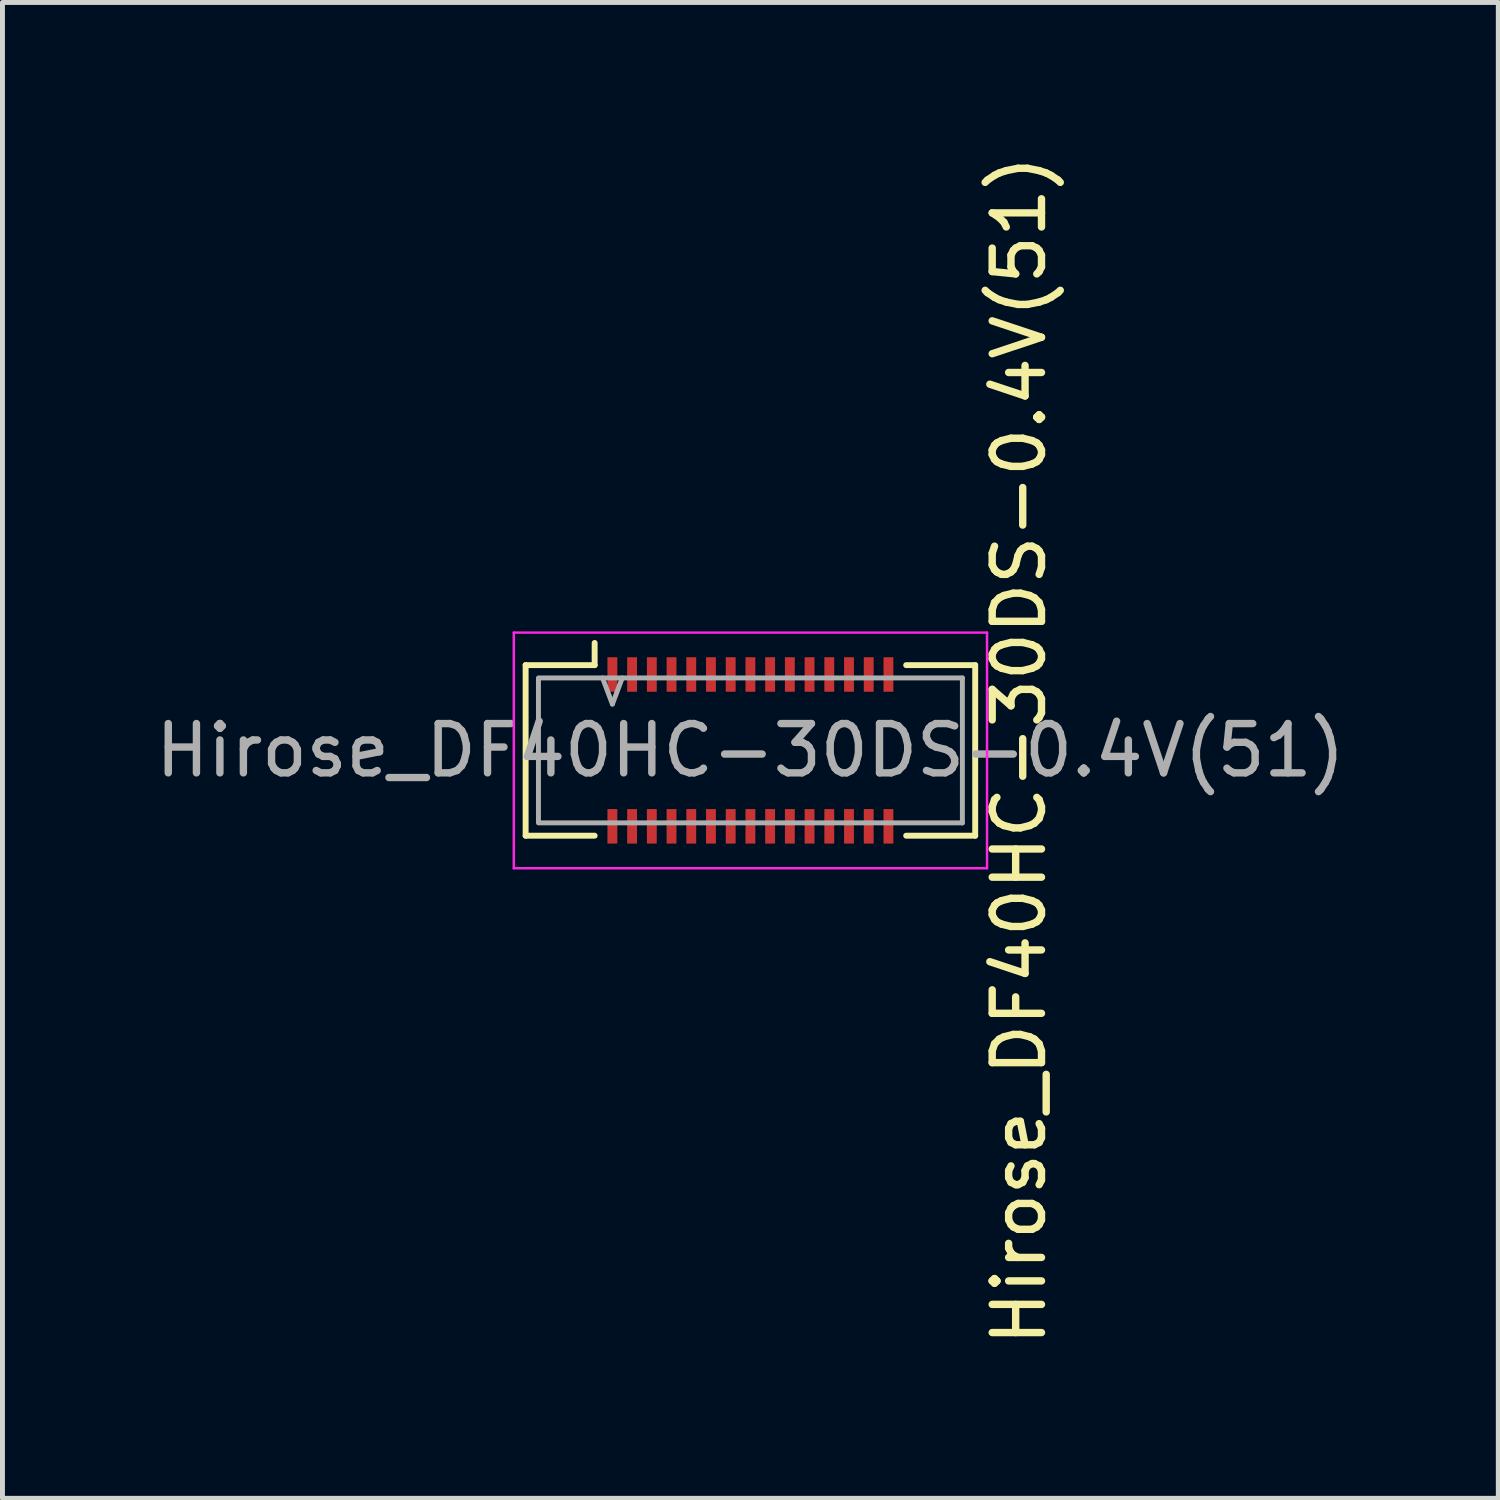
<source format=kicad_pcb>
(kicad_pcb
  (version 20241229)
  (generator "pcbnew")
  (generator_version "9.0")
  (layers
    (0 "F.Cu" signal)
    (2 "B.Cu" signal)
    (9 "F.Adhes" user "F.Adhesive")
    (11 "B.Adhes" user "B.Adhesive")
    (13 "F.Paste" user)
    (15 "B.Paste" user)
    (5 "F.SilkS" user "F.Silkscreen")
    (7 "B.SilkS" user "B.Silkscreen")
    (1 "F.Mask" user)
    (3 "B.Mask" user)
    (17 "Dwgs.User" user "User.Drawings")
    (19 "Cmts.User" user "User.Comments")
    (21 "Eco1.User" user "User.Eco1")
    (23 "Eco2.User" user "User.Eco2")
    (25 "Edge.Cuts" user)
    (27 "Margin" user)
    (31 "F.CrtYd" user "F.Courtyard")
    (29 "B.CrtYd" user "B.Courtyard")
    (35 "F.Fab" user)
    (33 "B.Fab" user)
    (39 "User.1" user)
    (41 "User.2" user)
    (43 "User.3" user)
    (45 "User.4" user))
  (footprint "Hirose_DF40HC-30DS-0.4V(51)"
    (layer "F.Cu")
    (at 12.173 12.173)
    (property "Reference" "Hirose_DF40HC-30DS-0.4V(51)" (at 5.45 0 90) (layer "F.SilkS") (effects (font (size 1 1) (thickness 0.15))))
    (attr smd)
    (fp_line (start -4.56 1.73) (end -4.56 -1.73) (stroke (width 0.12) (type solid)) (layer "F.SilkS"))
    (fp_line (start -3.16 -1.73) (end -4.56 -1.73) (stroke (width 0.12) (type solid)) (layer "F.SilkS"))
    (fp_line (start -3.16 -1.73) (end -3.16 -2.18) (stroke (width 0.12) (type solid)) (layer "F.SilkS"))
    (fp_line (start -3.16 1.73) (end -4.56 1.73) (stroke (width 0.12) (type solid)) (layer "F.SilkS"))
    (fp_line (start 3.16 -1.73) (end 4.56 -1.73) (stroke (width 0.12) (type solid)) (layer "F.SilkS"))
    (fp_line (start 3.16 1.73) (end 4.56 1.73) (stroke (width 0.12) (type solid)) (layer "F.SilkS"))
    (fp_line (start 4.56 -1.73) (end 4.56 1.73) (stroke (width 0.12) (type solid)) (layer "F.SilkS"))
    (fp_poly (pts (xy -2.9 -0.75) (xy -2.7 -0.75) (xy -2.7 -1.19) (xy -2.9 -1.19)) (stroke (width 0.001) (type solid)) (fill no) (layer "Cmts.User"))
    (fp_poly (pts (xy -2.7 1.19) (xy -2.9 1.19) (xy -2.9 0.75) (xy -2.7 0.75)) (stroke (width 0.001) (type solid)) (fill no) (layer "Cmts.User"))
    (fp_poly (pts (xy -2.5 -0.75) (xy -2.3 -0.75) (xy -2.3 -1.19) (xy -2.5 -1.19)) (stroke (width 0.001) (type solid)) (fill no) (layer "Cmts.User"))
    (fp_poly (pts (xy -2.3 1.19) (xy -2.5 1.19) (xy -2.5 0.75) (xy -2.3 0.75)) (stroke (width 0.001) (type solid)) (fill no) (layer "Cmts.User"))
    (fp_poly (pts (xy -2.1 -0.75) (xy -1.9 -0.75) (xy -1.9 -1.19) (xy -2.1 -1.19)) (stroke (width 0.001) (type solid)) (fill no) (layer "Cmts.User"))
    (fp_poly (pts (xy -1.9 1.19) (xy -2.1 1.19) (xy -2.1 0.75) (xy -1.9 0.75)) (stroke (width 0.001) (type solid)) (fill no) (layer "Cmts.User"))
    (fp_poly (pts (xy -1.7 -0.75) (xy -1.5 -0.75) (xy -1.5 -1.19) (xy -1.7 -1.19)) (stroke (width 0.001) (type solid)) (fill no) (layer "Cmts.User"))
    (fp_poly (pts (xy -1.5 1.19) (xy -1.7 1.19) (xy -1.7 0.75) (xy -1.5 0.75)) (stroke (width 0.001) (type solid)) (fill no) (layer "Cmts.User"))
    (fp_poly (pts (xy -1.3 -0.75) (xy -1.1 -0.75) (xy -1.1 -1.19) (xy -1.3 -1.19)) (stroke (width 0.001) (type solid)) (fill no) (layer "Cmts.User"))
    (fp_poly (pts (xy -1.1 1.19) (xy -1.3 1.19) (xy -1.3 0.75) (xy -1.1 0.75)) (stroke (width 0.001) (type solid)) (fill no) (layer "Cmts.User"))
    (fp_poly (pts (xy -0.9 -0.75) (xy -0.7 -0.75) (xy -0.7 -1.19) (xy -0.9 -1.19)) (stroke (width 0.001) (type solid)) (fill no) (layer "Cmts.User"))
    (fp_poly (pts (xy -0.7 1.19) (xy -0.9 1.19) (xy -0.9 0.75) (xy -0.7 0.75)) (stroke (width 0.001) (type solid)) (fill no) (layer "Cmts.User"))
    (fp_poly (pts (xy -0.5 -0.75) (xy -0.3 -0.75) (xy -0.3 -1.19) (xy -0.5 -1.19)) (stroke (width 0.001) (type solid)) (fill no) (layer "Cmts.User"))
    (fp_poly (pts (xy -0.3 1.19) (xy -0.5 1.19) (xy -0.5 0.75) (xy -0.3 0.75)) (stroke (width 0.001) (type solid)) (fill no) (layer "Cmts.User"))
    (fp_poly (pts (xy -0.1 -0.75) (xy 0.1 -0.75) (xy 0.1 -1.19) (xy -0.1 -1.19)) (stroke (width 0.001) (type solid)) (fill no) (layer "Cmts.User"))
    (fp_poly (pts (xy 0.1 1.19) (xy -0.1 1.19) (xy -0.1 0.75) (xy 0.1 0.75)) (stroke (width 0.001) (type solid)) (fill no) (layer "Cmts.User"))
    (fp_poly (pts (xy 0.3 -0.75) (xy 0.5 -0.75) (xy 0.5 -1.19) (xy 0.3 -1.19)) (stroke (width 0.001) (type solid)) (fill no) (layer "Cmts.User"))
    (fp_poly (pts (xy 0.5 1.19) (xy 0.3 1.19) (xy 0.3 0.75) (xy 0.5 0.75)) (stroke (width 0.001) (type solid)) (fill no) (layer "Cmts.User"))
    (fp_poly (pts (xy 0.7 -0.75) (xy 0.9 -0.75) (xy 0.9 -1.19) (xy 0.7 -1.19)) (stroke (width 0.001) (type solid)) (fill no) (layer "Cmts.User"))
    (fp_poly (pts (xy 0.9 1.19) (xy 0.7 1.19) (xy 0.7 0.75) (xy 0.9 0.75)) (stroke (width 0.001) (type solid)) (fill no) (layer "Cmts.User"))
    (fp_poly (pts (xy 1.1 -0.75) (xy 1.3 -0.75) (xy 1.3 -1.19) (xy 1.1 -1.19)) (stroke (width 0.001) (type solid)) (fill no) (layer "Cmts.User"))
    (fp_poly (pts (xy 1.3 1.19) (xy 1.1 1.19) (xy 1.1 0.75) (xy 1.3 0.75)) (stroke (width 0.001) (type solid)) (fill no) (layer "Cmts.User"))
    (fp_poly (pts (xy 1.5 -0.75) (xy 1.7 -0.75) (xy 1.7 -1.19) (xy 1.5 -1.19)) (stroke (width 0.001) (type solid)) (fill no) (layer "Cmts.User"))
    (fp_poly (pts (xy 1.7 1.19) (xy 1.5 1.19) (xy 1.5 0.75) (xy 1.7 0.75)) (stroke (width 0.001) (type solid)) (fill no) (layer "Cmts.User"))
    (fp_poly (pts (xy 1.9 -0.75) (xy 2.1 -0.75) (xy 2.1 -1.19) (xy 1.9 -1.19)) (stroke (width 0.001) (type solid)) (fill no) (layer "Cmts.User"))
    (fp_poly (pts (xy 2.1 1.19) (xy 1.9 1.19) (xy 1.9 0.75) (xy 2.1 0.75)) (stroke (width 0.001) (type solid)) (fill no) (layer "Cmts.User"))
    (fp_poly (pts (xy 2.3 -0.75) (xy 2.5 -0.75) (xy 2.5 -1.19) (xy 2.3 -1.19)) (stroke (width 0.001) (type solid)) (fill no) (layer "Cmts.User"))
    (fp_poly (pts (xy 2.5 1.19) (xy 2.3 1.19) (xy 2.3 0.75) (xy 2.5 0.75)) (stroke (width 0.001) (type solid)) (fill no) (layer "Cmts.User"))
    (fp_poly (pts (xy 2.7 -0.75) (xy 2.9 -0.75) (xy 2.9 -1.19) (xy 2.7 -1.19)) (stroke (width 0.001) (type solid)) (fill no) (layer "Cmts.User"))
    (fp_poly (pts (xy 2.9 1.19) (xy 2.7 1.19) (xy 2.7 0.75) (xy 2.9 0.75)) (stroke (width 0.001) (type solid)) (fill no) (layer "Cmts.User"))
    (fp_line (start -4.8 2.39) (end -4.8 -2.39) (stroke (width 0.05) (type solid)) (layer "F.CrtYd"))
    (fp_line (start -4.8 2.39) (end 4.8 2.39) (stroke (width 0.05) (type solid)) (layer "F.CrtYd"))
    (fp_line (start 4.8 -2.39) (end -4.8 -2.39) (stroke (width 0.05) (type solid)) (layer "F.CrtYd"))
    (fp_line (start 4.8 -2.39) (end 4.8 2.39) (stroke (width 0.05) (type solid)) (layer "F.CrtYd"))
    (fp_line (start -4.3 -1.47) (end 4.3 -1.47) (stroke (width 0.1) (type solid)) (layer "F.Fab"))
    (fp_line (start -4.3 -1.44) (end -4.3 1.44) (stroke (width 0.1) (type solid)) (layer "F.Fab"))
    (fp_line (start -4.3 1.47) (end 4.3 1.47) (stroke (width 0.1) (type solid)) (layer "F.Fab"))
    (fp_line (start -3 -1.47) (end -2.8 -0.94) (stroke (width 0.1) (type solid)) (layer "F.Fab"))
    (fp_line (start -2.6 -1.47) (end -2.8 -0.94) (stroke (width 0.1) (type solid)) (layer "F.Fab"))
    (fp_line (start 4.3 -1.47) (end 4.3 1.47) (stroke (width 0.1) (type solid)) (layer "F.Fab"))
    (fp_text user "${REFERENCE}" (at 0 0 0) (layer "F.Fab") (effects (font (size 1 1) (thickness 0.15))))
    (pad "1" smd rect (at -2.8 -1.54) (size 0.2 0.7) (layers "F.Cu" "F.Mask" "F.Paste"))
    (pad "2" smd rect (at -2.8 1.54) (size 0.2 0.7) (layers "F.Cu" "F.Mask" "F.Paste"))
    (pad "3" smd rect (at -2.4 -1.54) (size 0.2 0.7) (layers "F.Cu" "F.Mask" "F.Paste"))
    (pad "4" smd rect (at -2.4 1.54) (size 0.2 0.7) (layers "F.Cu" "F.Mask" "F.Paste"))
    (pad "5" smd rect (at -2 -1.54) (size 0.2 0.7) (layers "F.Cu" "F.Mask" "F.Paste"))
    (pad "6" smd rect (at -2 1.54) (size 0.2 0.7) (layers "F.Cu" "F.Mask" "F.Paste"))
    (pad "7" smd rect (at -1.6 -1.54) (size 0.2 0.7) (layers "F.Cu" "F.Mask" "F.Paste"))
    (pad "8" smd rect (at -1.6 1.54) (size 0.2 0.7) (layers "F.Cu" "F.Mask" "F.Paste"))
    (pad "9" smd rect (at -1.2 -1.54) (size 0.2 0.7) (layers "F.Cu" "F.Mask" "F.Paste"))
    (pad "10" smd rect (at -1.2 1.54) (size 0.2 0.7) (layers "F.Cu" "F.Mask" "F.Paste"))
    (pad "11" smd rect (at -0.8 -1.54) (size 0.2 0.7) (layers "F.Cu" "F.Mask" "F.Paste"))
    (pad "12" smd rect (at -0.8 1.54) (size 0.2 0.7) (layers "F.Cu" "F.Mask" "F.Paste"))
    (pad "13" smd rect (at -0.4 -1.54) (size 0.2 0.7) (layers "F.Cu" "F.Mask" "F.Paste"))
    (pad "14" smd rect (at -0.4 1.54) (size 0.2 0.7) (layers "F.Cu" "F.Mask" "F.Paste"))
    (pad "15" smd rect (at 0 -1.54) (size 0.2 0.7) (layers "F.Cu" "F.Mask" "F.Paste"))
    (pad "16" smd rect (at 0 1.54) (size 0.2 0.7) (layers "F.Cu" "F.Mask" "F.Paste"))
    (pad "17" smd rect (at 0.4 -1.54) (size 0.2 0.7) (layers "F.Cu" "F.Mask" "F.Paste"))
    (pad "18" smd rect (at 0.4 1.54) (size 0.2 0.7) (layers "F.Cu" "F.Mask" "F.Paste"))
    (pad "19" smd rect (at 0.8 -1.54) (size 0.2 0.7) (layers "F.Cu" "F.Mask" "F.Paste"))
    (pad "20" smd rect (at 0.8 1.54) (size 0.2 0.7) (layers "F.Cu" "F.Mask" "F.Paste"))
    (pad "21" smd rect (at 1.2 -1.54) (size 0.2 0.7) (layers "F.Cu" "F.Mask" "F.Paste"))
    (pad "22" smd rect (at 1.2 1.54) (size 0.2 0.7) (layers "F.Cu" "F.Mask" "F.Paste"))
    (pad "23" smd rect (at 1.6 -1.54) (size 0.2 0.7) (layers "F.Cu" "F.Mask" "F.Paste"))
    (pad "24" smd rect (at 1.6 1.54) (size 0.2 0.7) (layers "F.Cu" "F.Mask" "F.Paste"))
    (pad "25" smd rect (at 2 -1.54) (size 0.2 0.7) (layers "F.Cu" "F.Mask" "F.Paste"))
    (pad "26" smd rect (at 2 1.54) (size 0.2 0.7) (layers "F.Cu" "F.Mask" "F.Paste"))
    (pad "27" smd rect (at 2.4 -1.54) (size 0.2 0.7) (layers "F.Cu" "F.Mask" "F.Paste"))
    (pad "28" smd rect (at 2.4 1.54) (size 0.2 0.7) (layers "F.Cu" "F.Mask" "F.Paste"))
    (pad "29" smd rect (at 2.8 -1.54) (size 0.2 0.7) (layers "F.Cu" "F.Mask" "F.Paste"))
    (pad "30" smd rect (at 2.8 1.54) (size 0.2 0.7) (layers "F.Cu" "F.Mask" "F.Paste")))
  (gr_rect
    (start -3 -3)
    (end 27.345 27.345)
    (stroke (width 0.1) (type default))
    (fill no)
    (layer "Edge.Cuts")))
</source>
